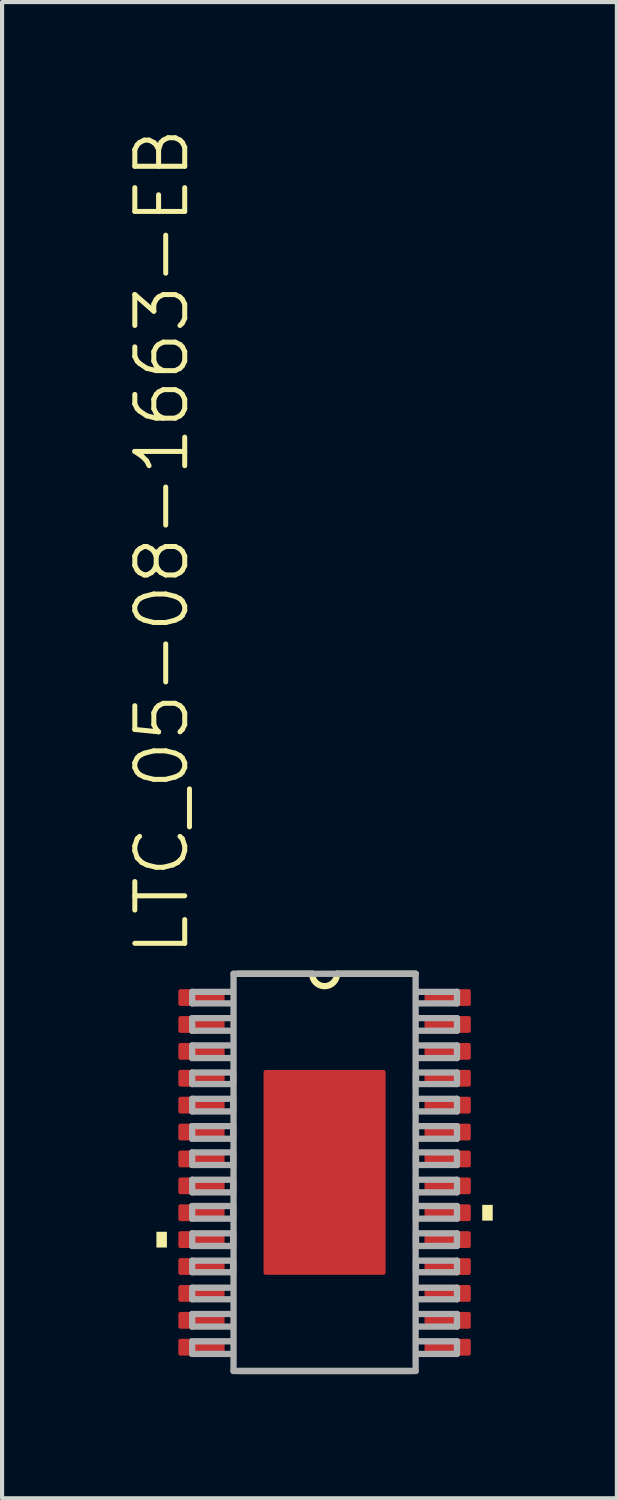
<source format=kicad_pcb>
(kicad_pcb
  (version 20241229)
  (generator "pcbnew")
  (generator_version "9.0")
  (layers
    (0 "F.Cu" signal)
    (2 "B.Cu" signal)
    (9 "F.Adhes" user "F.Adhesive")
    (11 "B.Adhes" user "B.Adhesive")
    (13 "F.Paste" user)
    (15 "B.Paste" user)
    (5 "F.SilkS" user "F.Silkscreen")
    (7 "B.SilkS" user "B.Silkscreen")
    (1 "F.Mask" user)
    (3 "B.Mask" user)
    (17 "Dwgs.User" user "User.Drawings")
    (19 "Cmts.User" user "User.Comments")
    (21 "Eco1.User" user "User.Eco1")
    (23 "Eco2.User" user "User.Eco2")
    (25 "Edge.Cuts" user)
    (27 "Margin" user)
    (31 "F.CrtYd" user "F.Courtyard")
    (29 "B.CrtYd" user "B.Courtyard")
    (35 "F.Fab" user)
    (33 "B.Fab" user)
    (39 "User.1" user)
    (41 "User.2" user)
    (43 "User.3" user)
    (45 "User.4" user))
  (footprint "LTC_05-08-1663-EB"
    (layer "F.Cu")
    (at 4.794 25.283)
    (property "Reference" "LTC_05-08-1663-EB" (at -3.226 -5.169 270) (layer "F.SilkS") (effects (font (size 1.206 1.206) (thickness 0.121)) (justify left bottom)))
    (attr through_hole)
    (fp_line (start -2.1 4.8) (end 2.1 4.8) (stroke (width 0.152) (type solid)) (layer "F.SilkS"))
    (fp_line (start -0.3 -4.8) (end -2.1 -4.8) (stroke (width 0.152) (type solid)) (layer "F.SilkS"))
    (fp_line (start 2.2 -4.8) (end 0.3 -4.8) (stroke (width 0.152) (type solid)) (layer "F.SilkS"))
    (fp_arc (start 0.3 -4.8) (mid 0 -4.5) (end -0.3 -4.8) (stroke (width 0.1524) (type solid)) (layer "F.SilkS"))
    (fp_poly (pts (xy -4.064 1.435) (xy -4.064 1.816) (xy -3.81 1.816) (xy -3.81 1.435)) (stroke (width 0) (type solid)) (fill yes) (layer "F.SilkS"))
    (fp_poly (pts (xy 4.064 0.785) (xy 4.064 1.166) (xy 3.81 1.166) (xy 3.81 0.785)) (stroke (width 0) (type solid)) (fill yes) (layer "F.SilkS"))
    (fp_poly (pts (xy -1.272 -2.275) (xy -1.272 -0.892) (xy -0.1 -0.892) (xy -0.1 -2.275)) (stroke (width 0) (type solid)) (fill yes) (layer "F.Paste"))
    (fp_poly (pts (xy -1.272 -0.692) (xy -1.272 0.692) (xy -0.1 0.692) (xy -0.1 -0.692)) (stroke (width 0) (type solid)) (fill yes) (layer "F.Paste"))
    (fp_poly (pts (xy -1.272 0.892) (xy -1.272 2.275) (xy -0.1 2.275) (xy -0.1 0.892)) (stroke (width 0) (type solid)) (fill yes) (layer "F.Paste"))
    (fp_poly (pts (xy 0.1 -2.275) (xy 0.1 -0.892) (xy 1.272 -0.892) (xy 1.272 -2.275)) (stroke (width 0) (type solid)) (fill yes) (layer "F.Paste"))
    (fp_poly (pts (xy 0.1 -0.692) (xy 0.1 0.692) (xy 1.272 0.692) (xy 1.272 -0.692)) (stroke (width 0) (type solid)) (fill yes) (layer "F.Paste"))
    (fp_poly (pts (xy 0.1 0.892) (xy 0.1 2.275) (xy 1.272 2.275) (xy 1.272 0.892)) (stroke (width 0) (type solid)) (fill yes) (layer "F.Paste"))
    (fp_line (start -3.2 -4.363) (end -3.2 -4.084) (stroke (width 0.152) (type solid)) (layer "F.Fab"))
    (fp_line (start -3.2 -4.084) (end -2.21 -4.084) (stroke (width 0.152) (type solid)) (layer "F.Fab"))
    (fp_line (start -3.2 -3.728) (end -3.2 -3.423) (stroke (width 0.152) (type solid)) (layer "F.Fab"))
    (fp_line (start -3.2 -3.423) (end -2.21 -3.423) (stroke (width 0.152) (type solid)) (layer "F.Fab"))
    (fp_line (start -3.2 -3.068) (end -3.2 -2.763) (stroke (width 0.152) (type solid)) (layer "F.Fab"))
    (fp_line (start -3.2 -2.763) (end -2.21 -2.763) (stroke (width 0.152) (type solid)) (layer "F.Fab"))
    (fp_line (start -3.2 -2.413) (end -3.2 -2.134) (stroke (width 0.152) (type solid)) (layer "F.Fab"))
    (fp_line (start -3.2 -2.134) (end -2.21 -2.134) (stroke (width 0.152) (type solid)) (layer "F.Fab"))
    (fp_line (start -3.2 -1.778) (end -3.2 -1.473) (stroke (width 0.152) (type solid)) (layer "F.Fab"))
    (fp_line (start -3.2 -1.473) (end -2.21 -1.473) (stroke (width 0.152) (type solid)) (layer "F.Fab"))
    (fp_line (start -3.2 -1.118) (end -3.2 -0.813) (stroke (width 0.152) (type solid)) (layer "F.Fab"))
    (fp_line (start -3.2 -0.813) (end -2.21 -0.813) (stroke (width 0.152) (type solid)) (layer "F.Fab"))
    (fp_line (start -3.2 -0.483) (end -3.2 -0.178) (stroke (width 0.152) (type solid)) (layer "F.Fab"))
    (fp_line (start -3.2 -0.178) (end -2.21 -0.178) (stroke (width 0.152) (type solid)) (layer "F.Fab"))
    (fp_line (start -3.2 0.178) (end -3.2 0.483) (stroke (width 0.152) (type solid)) (layer "F.Fab"))
    (fp_line (start -3.2 0.483) (end -2.21 0.483) (stroke (width 0.152) (type solid)) (layer "F.Fab"))
    (fp_line (start -3.2 0.813) (end -3.2 1.118) (stroke (width 0.152) (type solid)) (layer "F.Fab"))
    (fp_line (start -3.2 1.118) (end -2.21 1.118) (stroke (width 0.152) (type solid)) (layer "F.Fab"))
    (fp_line (start -3.2 1.473) (end -3.2 1.778) (stroke (width 0.152) (type solid)) (layer "F.Fab"))
    (fp_line (start -3.2 1.778) (end -2.21 1.778) (stroke (width 0.152) (type solid)) (layer "F.Fab"))
    (fp_line (start -3.2 2.134) (end -3.2 2.413) (stroke (width 0.152) (type solid)) (layer "F.Fab"))
    (fp_line (start -3.2 2.413) (end -2.21 2.413) (stroke (width 0.152) (type solid)) (layer "F.Fab"))
    (fp_line (start -3.2 2.787) (end -3.2 3.066) (stroke (width 0.152) (type solid)) (layer "F.Fab"))
    (fp_line (start -3.2 3.066) (end -2.21 3.066) (stroke (width 0.152) (type solid)) (layer "F.Fab"))
    (fp_line (start -3.2 3.422) (end -3.2 3.727) (stroke (width 0.152) (type solid)) (layer "F.Fab"))
    (fp_line (start -3.2 3.727) (end -2.21 3.727) (stroke (width 0.152) (type solid)) (layer "F.Fab"))
    (fp_line (start -3.2 4.082) (end -3.2 4.387) (stroke (width 0.152) (type solid)) (layer "F.Fab"))
    (fp_line (start -3.2 4.387) (end -2.21 4.387) (stroke (width 0.152) (type solid)) (layer "F.Fab"))
    (fp_line (start -2.21 -4.363) (end -3.2 -4.363) (stroke (width 0.152) (type solid)) (layer "F.Fab"))
    (fp_line (start -2.21 -3.728) (end -3.2 -3.728) (stroke (width 0.152) (type solid)) (layer "F.Fab"))
    (fp_line (start -2.21 -3.068) (end -3.2 -3.068) (stroke (width 0.152) (type solid)) (layer "F.Fab"))
    (fp_line (start -2.21 -2.413) (end -3.2 -2.413) (stroke (width 0.152) (type solid)) (layer "F.Fab"))
    (fp_line (start -2.21 -2.134) (end -2.21 -2.413) (stroke (width 0.152) (type solid)) (layer "F.Fab"))
    (fp_line (start -2.21 -1.778) (end -3.2 -1.778) (stroke (width 0.152) (type solid)) (layer "F.Fab"))
    (fp_line (start -2.21 -1.473) (end -2.21 -1.778) (stroke (width 0.152) (type solid)) (layer "F.Fab"))
    (fp_line (start -2.21 -1.118) (end -3.2 -1.118) (stroke (width 0.152) (type solid)) (layer "F.Fab"))
    (fp_line (start -2.21 -0.813) (end -2.21 -1.118) (stroke (width 0.152) (type solid)) (layer "F.Fab"))
    (fp_line (start -2.21 -0.483) (end -3.2 -0.483) (stroke (width 0.152) (type solid)) (layer "F.Fab"))
    (fp_line (start -2.21 -0.178) (end -2.21 -0.483) (stroke (width 0.152) (type solid)) (layer "F.Fab"))
    (fp_line (start -2.21 0.178) (end -3.2 0.178) (stroke (width 0.152) (type solid)) (layer "F.Fab"))
    (fp_line (start -2.21 0.483) (end -2.21 0.178) (stroke (width 0.152) (type solid)) (layer "F.Fab"))
    (fp_line (start -2.21 0.813) (end -3.2 0.813) (stroke (width 0.152) (type solid)) (layer "F.Fab"))
    (fp_line (start -2.21 1.118) (end -2.21 0.813) (stroke (width 0.152) (type solid)) (layer "F.Fab"))
    (fp_line (start -2.21 1.473) (end -3.2 1.473) (stroke (width 0.152) (type solid)) (layer "F.Fab"))
    (fp_line (start -2.21 1.778) (end -2.21 1.473) (stroke (width 0.152) (type solid)) (layer "F.Fab"))
    (fp_line (start -2.21 2.134) (end -3.2 2.134) (stroke (width 0.152) (type solid)) (layer "F.Fab"))
    (fp_line (start -2.21 2.413) (end -2.21 2.134) (stroke (width 0.152) (type solid)) (layer "F.Fab"))
    (fp_line (start -2.21 2.787) (end -3.2 2.787) (stroke (width 0.152) (type solid)) (layer "F.Fab"))
    (fp_line (start -2.21 3.422) (end -3.2 3.422) (stroke (width 0.152) (type solid)) (layer "F.Fab"))
    (fp_line (start -2.21 4.082) (end -3.2 4.082) (stroke (width 0.152) (type solid)) (layer "F.Fab"))
    (fp_line (start -2.2 -4.8) (end -2.2 4.8) (stroke (width 0.152) (type solid)) (layer "F.Fab"))
    (fp_line (start -2.2 4.8) (end 2.2 4.8) (stroke (width 0.152) (type solid)) (layer "F.Fab"))
    (fp_line (start 2.2 -4.8) (end -2.2 -4.8) (stroke (width 0.152) (type solid)) (layer "F.Fab"))
    (fp_line (start 2.2 4.8) (end 2.2 -4.8) (stroke (width 0.152) (type solid)) (layer "F.Fab"))
    (fp_line (start 2.21 -4.084) (end 3.2 -4.084) (stroke (width 0.152) (type solid)) (layer "F.Fab"))
    (fp_line (start 2.21 -3.423) (end 3.2 -3.423) (stroke (width 0.152) (type solid)) (layer "F.Fab"))
    (fp_line (start 2.21 -2.763) (end 3.2 -2.763) (stroke (width 0.152) (type solid)) (layer "F.Fab"))
    (fp_line (start 2.21 -2.413) (end 2.21 -2.134) (stroke (width 0.152) (type solid)) (layer "F.Fab"))
    (fp_line (start 2.21 -2.134) (end 3.2 -2.134) (stroke (width 0.152) (type solid)) (layer "F.Fab"))
    (fp_line (start 2.21 -1.778) (end 2.21 -1.473) (stroke (width 0.152) (type solid)) (layer "F.Fab"))
    (fp_line (start 2.21 -1.473) (end 3.2 -1.473) (stroke (width 0.152) (type solid)) (layer "F.Fab"))
    (fp_line (start 2.21 -1.118) (end 2.21 -0.813) (stroke (width 0.152) (type solid)) (layer "F.Fab"))
    (fp_line (start 2.21 -0.813) (end 3.2 -0.813) (stroke (width 0.152) (type solid)) (layer "F.Fab"))
    (fp_line (start 2.21 -0.483) (end 2.21 -0.178) (stroke (width 0.152) (type solid)) (layer "F.Fab"))
    (fp_line (start 2.21 -0.178) (end 3.2 -0.178) (stroke (width 0.152) (type solid)) (layer "F.Fab"))
    (fp_line (start 2.21 0.178) (end 2.21 0.483) (stroke (width 0.152) (type solid)) (layer "F.Fab"))
    (fp_line (start 2.21 0.483) (end 3.2 0.483) (stroke (width 0.152) (type solid)) (layer "F.Fab"))
    (fp_line (start 2.21 0.813) (end 2.21 1.118) (stroke (width 0.152) (type solid)) (layer "F.Fab"))
    (fp_line (start 2.21 1.118) (end 3.2 1.118) (stroke (width 0.152) (type solid)) (layer "F.Fab"))
    (fp_line (start 2.21 1.473) (end 2.21 1.778) (stroke (width 0.152) (type solid)) (layer "F.Fab"))
    (fp_line (start 2.21 1.778) (end 3.2 1.778) (stroke (width 0.152) (type solid)) (layer "F.Fab"))
    (fp_line (start 2.21 2.134) (end 2.21 2.413) (stroke (width 0.152) (type solid)) (layer "F.Fab"))
    (fp_line (start 2.21 2.413) (end 3.2 2.413) (stroke (width 0.152) (type solid)) (layer "F.Fab"))
    (fp_line (start 2.21 3.066) (end 3.2 3.066) (stroke (width 0.152) (type solid)) (layer "F.Fab"))
    (fp_line (start 2.21 3.727) (end 3.2 3.727) (stroke (width 0.152) (type solid)) (layer "F.Fab"))
    (fp_line (start 2.21 4.387) (end 3.2 4.387) (stroke (width 0.152) (type solid)) (layer "F.Fab"))
    (fp_line (start 3.2 -4.363) (end 2.21 -4.363) (stroke (width 0.152) (type solid)) (layer "F.Fab"))
    (fp_line (start 3.2 -4.084) (end 3.2 -4.363) (stroke (width 0.152) (type solid)) (layer "F.Fab"))
    (fp_line (start 3.2 -3.728) (end 2.21 -3.728) (stroke (width 0.152) (type solid)) (layer "F.Fab"))
    (fp_line (start 3.2 -3.423) (end 3.2 -3.728) (stroke (width 0.152) (type solid)) (layer "F.Fab"))
    (fp_line (start 3.2 -3.068) (end 2.21 -3.068) (stroke (width 0.152) (type solid)) (layer "F.Fab"))
    (fp_line (start 3.2 -2.763) (end 3.2 -3.068) (stroke (width 0.152) (type solid)) (layer "F.Fab"))
    (fp_line (start 3.2 -2.413) (end 2.21 -2.413) (stroke (width 0.152) (type solid)) (layer "F.Fab"))
    (fp_line (start 3.2 -2.134) (end 3.2 -2.413) (stroke (width 0.152) (type solid)) (layer "F.Fab"))
    (fp_line (start 3.2 -1.778) (end 2.21 -1.778) (stroke (width 0.152) (type solid)) (layer "F.Fab"))
    (fp_line (start 3.2 -1.473) (end 3.2 -1.778) (stroke (width 0.152) (type solid)) (layer "F.Fab"))
    (fp_line (start 3.2 -1.118) (end 2.21 -1.118) (stroke (width 0.152) (type solid)) (layer "F.Fab"))
    (fp_line (start 3.2 -0.813) (end 3.2 -1.118) (stroke (width 0.152) (type solid)) (layer "F.Fab"))
    (fp_line (start 3.2 -0.483) (end 2.21 -0.483) (stroke (width 0.152) (type solid)) (layer "F.Fab"))
    (fp_line (start 3.2 -0.178) (end 3.2 -0.483) (stroke (width 0.152) (type solid)) (layer "F.Fab"))
    (fp_line (start 3.2 0.178) (end 2.21 0.178) (stroke (width 0.152) (type solid)) (layer "F.Fab"))
    (fp_line (start 3.2 0.483) (end 3.2 0.178) (stroke (width 0.152) (type solid)) (layer "F.Fab"))
    (fp_line (start 3.2 0.813) (end 2.21 0.813) (stroke (width 0.152) (type solid)) (layer "F.Fab"))
    (fp_line (start 3.2 1.118) (end 3.2 0.813) (stroke (width 0.152) (type solid)) (layer "F.Fab"))
    (fp_line (start 3.2 1.473) (end 2.21 1.473) (stroke (width 0.152) (type solid)) (layer "F.Fab"))
    (fp_line (start 3.2 1.778) (end 3.2 1.473) (stroke (width 0.152) (type solid)) (layer "F.Fab"))
    (fp_line (start 3.2 2.134) (end 2.21 2.134) (stroke (width 0.152) (type solid)) (layer "F.Fab"))
    (fp_line (start 3.2 2.413) (end 3.2 2.134) (stroke (width 0.152) (type solid)) (layer "F.Fab"))
    (fp_line (start 3.2 2.787) (end 2.21 2.787) (stroke (width 0.152) (type solid)) (layer "F.Fab"))
    (fp_line (start 3.2 3.066) (end 3.2 2.787) (stroke (width 0.152) (type solid)) (layer "F.Fab"))
    (fp_line (start 3.2 3.422) (end 2.21 3.422) (stroke (width 0.152) (type solid)) (layer "F.Fab"))
    (fp_line (start 3.2 3.727) (end 3.2 3.422) (stroke (width 0.152) (type solid)) (layer "F.Fab"))
    (fp_line (start 3.2 4.082) (end 2.21 4.082) (stroke (width 0.152) (type solid)) (layer "F.Fab"))
    (fp_line (start 3.2 4.387) (end 3.2 4.082) (stroke (width 0.152) (type solid)) (layer "F.Fab"))
    (pad "1" smd roundrect (at -2.975 -4.225) (size 1.118 0.406) (layers "F.Cu" "F.Mask" "F.Paste") (roundrect_rratio 0.125))
    (pad "2" smd roundrect (at -2.975 -3.575) (size 1.118 0.406) (layers "F.Cu" "F.Mask" "F.Paste") (roundrect_rratio 0.125))
    (pad "3" smd roundrect (at -2.975 -2.925) (size 1.118 0.406) (layers "F.Cu" "F.Mask" "F.Paste") (roundrect_rratio 0.125))
    (pad "4" smd roundrect (at -2.975 -2.275) (size 1.118 0.406) (layers "F.Cu" "F.Mask" "F.Paste") (roundrect_rratio 0.125))
    (pad "5" smd roundrect (at -2.975 -1.625) (size 1.118 0.406) (layers "F.Cu" "F.Mask" "F.Paste") (roundrect_rratio 0.125))
    (pad "6" smd roundrect (at -2.975 -0.975) (size 1.118 0.406) (layers "F.Cu" "F.Mask" "F.Paste") (roundrect_rratio 0.125))
    (pad "7" smd roundrect (at -2.975 -0.325) (size 1.118 0.406) (layers "F.Cu" "F.Mask" "F.Paste") (roundrect_rratio 0.125))
    (pad "8" smd roundrect (at -2.975 0.325) (size 1.118 0.406) (layers "F.Cu" "F.Mask" "F.Paste") (roundrect_rratio 0.125))
    (pad "9" smd roundrect (at -2.975 0.975) (size 1.118 0.406) (layers "F.Cu" "F.Mask" "F.Paste") (roundrect_rratio 0.125))
    (pad "10" smd roundrect (at -2.975 1.625) (size 1.118 0.406) (layers "F.Cu" "F.Mask" "F.Paste") (roundrect_rratio 0.125))
    (pad "11" smd roundrect (at -2.975 2.275) (size 1.118 0.406) (layers "F.Cu" "F.Mask" "F.Paste") (roundrect_rratio 0.125))
    (pad "12" smd roundrect (at -2.975 2.925) (size 1.118 0.406) (layers "F.Cu" "F.Mask" "F.Paste") (roundrect_rratio 0.125))
    (pad "13" smd roundrect (at -2.975 3.575) (size 1.118 0.406) (layers "F.Cu" "F.Mask" "F.Paste") (roundrect_rratio 0.125))
    (pad "14" smd roundrect (at -2.975 4.225) (size 1.118 0.406) (layers "F.Cu" "F.Mask" "F.Paste") (roundrect_rratio 0.125))
    (pad "15" smd roundrect (at 2.975 4.225) (size 1.118 0.406) (layers "F.Cu" "F.Mask" "F.Paste") (roundrect_rratio 0.125))
    (pad "16" smd roundrect (at 2.975 3.575) (size 1.118 0.406) (layers "F.Cu" "F.Mask" "F.Paste") (roundrect_rratio 0.125))
    (pad "17" smd roundrect (at 2.975 2.925) (size 1.118 0.406) (layers "F.Cu" "F.Mask" "F.Paste") (roundrect_rratio 0.125))
    (pad "18" smd roundrect (at 2.975 2.275) (size 1.118 0.406) (layers "F.Cu" "F.Mask" "F.Paste") (roundrect_rratio 0.125))
    (pad "19" smd roundrect (at 2.975 1.625) (size 1.118 0.406) (layers "F.Cu" "F.Mask" "F.Paste") (roundrect_rratio 0.125))
    (pad "20" smd roundrect (at 2.975 0.975) (size 1.118 0.406) (layers "F.Cu" "F.Mask" "F.Paste") (roundrect_rratio 0.125))
    (pad "21" smd roundrect (at 2.975 0.325) (size 1.118 0.406) (layers "F.Cu" "F.Mask" "F.Paste") (roundrect_rratio 0.125))
    (pad "22" smd roundrect (at 2.975 -0.325) (size 1.118 0.406) (layers "F.Cu" "F.Mask" "F.Paste") (roundrect_rratio 0.125))
    (pad "23" smd roundrect (at 2.975 -0.975) (size 1.118 0.406) (layers "F.Cu" "F.Mask" "F.Paste") (roundrect_rratio 0.125))
    (pad "24" smd roundrect (at 2.975 -1.625) (size 1.118 0.406) (layers "F.Cu" "F.Mask" "F.Paste") (roundrect_rratio 0.125))
    (pad "25" smd roundrect (at 2.975 -2.275) (size 1.118 0.406) (layers "F.Cu" "F.Mask" "F.Paste") (roundrect_rratio 0.125))
    (pad "26" smd roundrect (at 2.975 -2.925) (size 1.118 0.406) (layers "F.Cu" "F.Mask" "F.Paste") (roundrect_rratio 0.125))
    (pad "27" smd roundrect (at 2.975 -3.575) (size 1.118 0.406) (layers "F.Cu" "F.Mask" "F.Paste") (roundrect_rratio 0.125))
    (pad "28" smd roundrect (at 2.975 -4.225) (size 1.118 0.406) (layers "F.Cu" "F.Mask" "F.Paste") (roundrect_rratio 0.125))
    (pad "TP" smd roundrect (at 0 0) (size 2.95 4.95) (layers "F.Cu" "F.Mask" "F.Paste") (roundrect_rratio 0.017)))
  (gr_rect
    (start -3 -3)
    (end 11.858 33.159)
    (stroke (width 0.1) (type default))
    (fill no)
    (layer "Edge.Cuts")))
</source>
